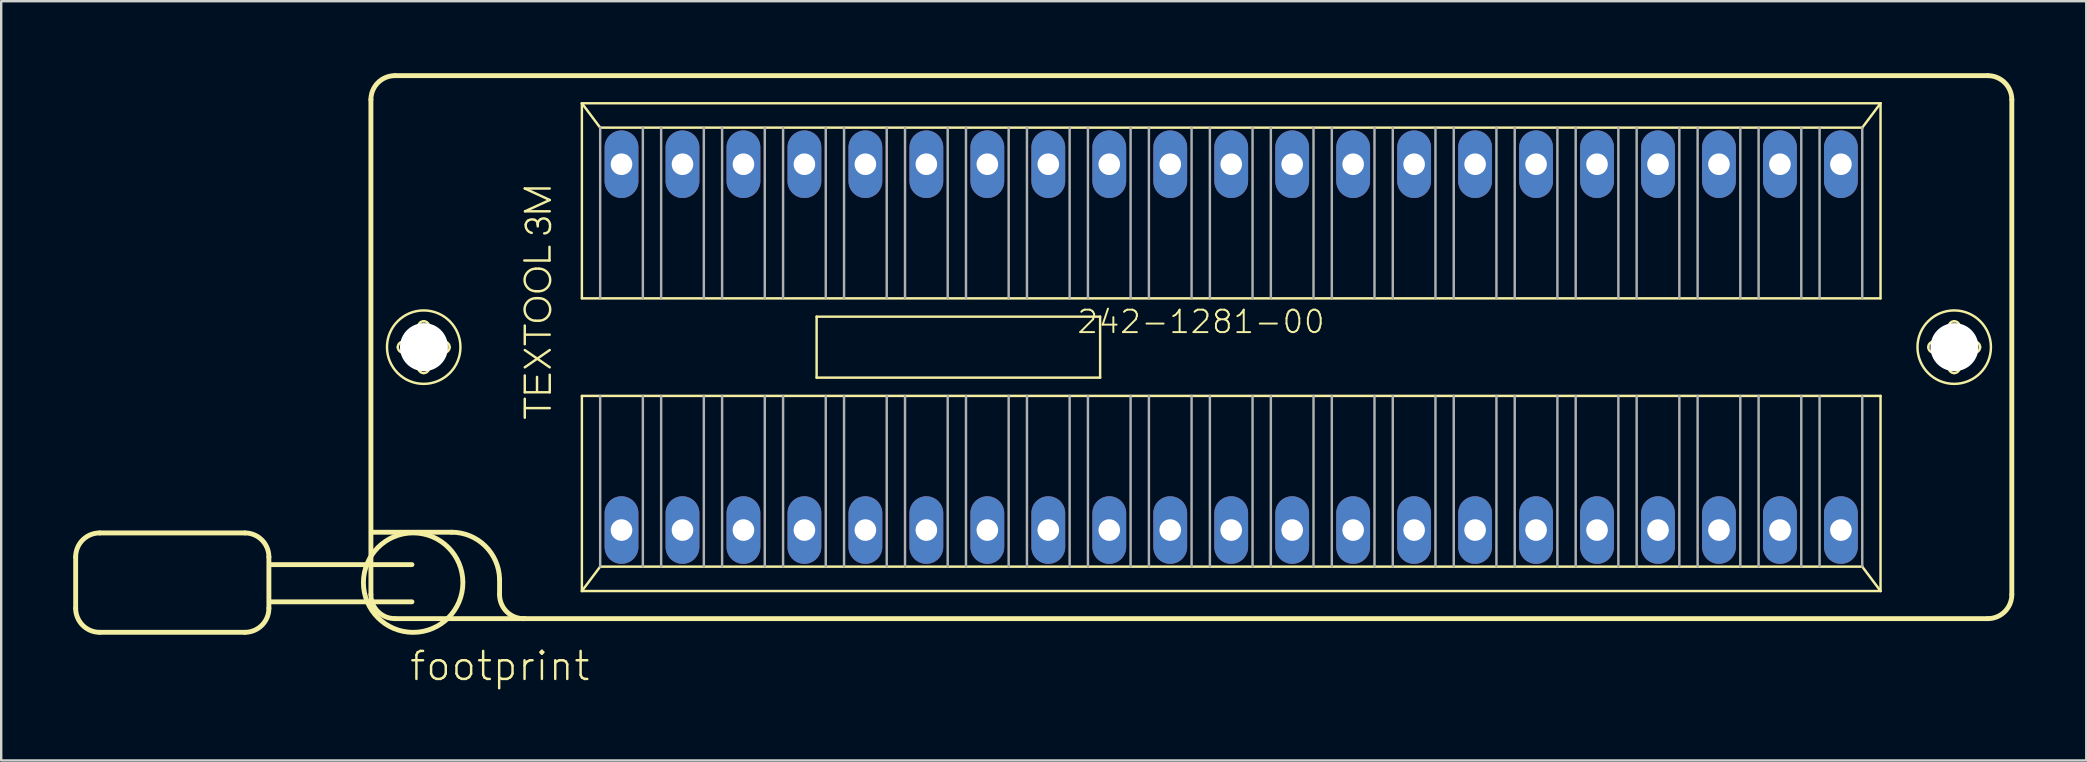
<source format=kicad_pcb>
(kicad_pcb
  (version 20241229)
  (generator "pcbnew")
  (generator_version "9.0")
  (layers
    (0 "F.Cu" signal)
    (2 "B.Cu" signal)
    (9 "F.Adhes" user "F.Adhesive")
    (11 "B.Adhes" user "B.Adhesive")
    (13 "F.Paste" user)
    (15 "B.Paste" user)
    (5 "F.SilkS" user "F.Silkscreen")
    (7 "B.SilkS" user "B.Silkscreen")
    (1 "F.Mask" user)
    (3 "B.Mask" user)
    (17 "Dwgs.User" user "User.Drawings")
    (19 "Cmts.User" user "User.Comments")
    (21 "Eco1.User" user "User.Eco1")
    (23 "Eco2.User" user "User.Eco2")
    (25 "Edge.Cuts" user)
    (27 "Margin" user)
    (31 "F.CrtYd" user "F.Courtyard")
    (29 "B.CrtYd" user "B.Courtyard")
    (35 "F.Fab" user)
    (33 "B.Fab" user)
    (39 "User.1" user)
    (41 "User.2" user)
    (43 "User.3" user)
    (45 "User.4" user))
  (footprint "footprint"
    (layer "F.Cu")
    (at 48.242 11.412)
    (property "Reference" "footprint" (at -34.29 13.97 0) (layer "F.SilkS") (effects (font (size 1.168 1.168) (thickness 0.102)) (justify left bottom)))
    (fp_line (start -48.14 8.74) (end -48.14 10.88) (stroke (width 0.203) (type solid)) (layer "F.SilkS"))
    (fp_line (start -47.14 7.74) (end -41.09 7.74) (stroke (width 0.203) (type solid)) (layer "F.SilkS"))
    (fp_line (start -41.09 11.88) (end -47.14 11.88) (stroke (width 0.203) (type solid)) (layer "F.SilkS"))
    (fp_line (start -40.09 8.74) (end -40.09 10.88) (stroke (width 0.203) (type solid)) (layer "F.SilkS"))
    (fp_line (start -35.84 10.31) (end -35.84 -10.31) (stroke (width 0.203) (type solid)) (layer "F.SilkS"))
    (fp_line (start -35.73 7.71) (end -32.48 7.71) (stroke (width 0.203) (type solid)) (layer "F.SilkS"))
    (fp_line (start -34.84 -11.31) (end 31.52 -11.31) (stroke (width 0.203) (type solid)) (layer "F.SilkS"))
    (fp_line (start -34.49 -0.23) (end -33.94 -0.23) (stroke (width 0.102) (type solid)) (layer "F.SilkS"))
    (fp_line (start -34.13 9.06) (end -40.04 9.06) (stroke (width 0.203) (type solid)) (layer "F.SilkS"))
    (fp_line (start -34.13 10.61) (end -40.04 10.61) (stroke (width 0.203) (type solid)) (layer "F.SilkS"))
    (fp_line (start -33.95 0.23) (end -34.49 0.23) (stroke (width 0.102) (type solid)) (layer "F.SilkS"))
    (fp_line (start -33.87 -0.31) (end -33.87 -0.85) (stroke (width 0.102) (type solid)) (layer "F.SilkS"))
    (fp_line (start -33.87 0.85) (end -33.87 0.3) (stroke (width 0.102) (type solid)) (layer "F.SilkS"))
    (fp_line (start -33.41 -0.85) (end -33.41 -0.3) (stroke (width 0.102) (type solid)) (layer "F.SilkS"))
    (fp_line (start -33.41 0.31) (end -33.41 0.85) (stroke (width 0.102) (type solid)) (layer "F.SilkS"))
    (fp_line (start -33.33 -0.23) (end -32.79 -0.23) (stroke (width 0.102) (type solid)) (layer "F.SilkS"))
    (fp_line (start -32.79 0.23) (end -33.34 0.23) (stroke (width 0.102) (type solid)) (layer "F.SilkS"))
    (fp_line (start -30.48 9.66) (end -30.48 10.31) (stroke (width 0.203) (type solid)) (layer "F.SilkS"))
    (fp_line (start -29.45 -3.61) (end -28.4 -3.61) (stroke (width 0.102) (type solid)) (layer "F.SilkS"))
    (fp_line (start -29.43 -6.61) (end -28.39 -6.61) (stroke (width 0.102) (type solid)) (layer "F.SilkS"))
    (fp_line (start -29.43 -0.12) (end -29.43 -0.9) (stroke (width 0.102) (type solid)) (layer "F.SilkS"))
    (fp_line (start -29.43 0.12) (end -28.39 0.84) (stroke (width 0.102) (type solid)) (layer "F.SilkS"))
    (fp_line (start -29.43 0.84) (end -28.39 0.12) (stroke (width 0.102) (type solid)) (layer "F.SilkS"))
    (fp_line (start -29.43 1.18) (end -29.43 1.88) (stroke (width 0.102) (type solid)) (layer "F.SilkS"))
    (fp_line (start -29.43 1.88) (end -28.39 1.88) (stroke (width 0.102) (type solid)) (layer "F.SilkS"))
    (fp_line (start -29.43 2.94) (end -29.43 2.15) (stroke (width 0.102) (type solid)) (layer "F.SilkS"))
    (fp_line (start -29.42 -5.66) (end -28.39 -6.13) (stroke (width 0.102) (type solid)) (layer "F.SilkS"))
    (fp_line (start -29.42 2.54) (end -28.39 2.54) (stroke (width 0.102) (type solid)) (layer "F.SilkS"))
    (fp_line (start -29.41 -0.52) (end -28.39 -0.52) (stroke (width 0.102) (type solid)) (layer "F.SilkS"))
    (fp_line (start -28.97 -3.27) (end -28.84 -3.27) (stroke (width 0.102) (type solid)) (layer "F.SilkS"))
    (fp_line (start -28.97 -2.33) (end -28.84 -2.33) (stroke (width 0.102) (type solid)) (layer "F.SilkS"))
    (fp_line (start -28.97 -2.04) (end -28.84 -2.04) (stroke (width 0.102) (type solid)) (layer "F.SilkS"))
    (fp_line (start -28.97 -1.1) (end -28.84 -1.1) (stroke (width 0.102) (type solid)) (layer "F.SilkS"))
    (fp_line (start -28.92 1.24) (end -28.92 1.84) (stroke (width 0.102) (type solid)) (layer "F.SilkS"))
    (fp_line (start -28.89 -5.03) (end -28.89 -5.12) (stroke (width 0.102) (type solid)) (layer "F.SilkS"))
    (fp_line (start -28.4 -3.61) (end -28.4 -4.18) (stroke (width 0.102) (type solid)) (layer "F.SilkS"))
    (fp_line (start -28.39 -6.13) (end -29.43 -6.61) (stroke (width 0.102) (type solid)) (layer "F.SilkS"))
    (fp_line (start -28.39 -5.66) (end -29.42 -5.66) (stroke (width 0.102) (type solid)) (layer "F.SilkS"))
    (fp_line (start -28.39 1.88) (end -28.39 1.15) (stroke (width 0.102) (type solid)) (layer "F.SilkS"))
    (fp_line (start -27.051 -10.16) (end 27.051 -10.16) (stroke (width 0.102) (type solid)) (layer "F.SilkS"))
    (fp_line (start -27.051 -2.032) (end -27.051 -10.16) (stroke (width 0.102) (type solid)) (layer "F.SilkS"))
    (fp_line (start -27.051 2.032) (end 27.051 2.032) (stroke (width 0.102) (type solid)) (layer "F.SilkS"))
    (fp_line (start -27.051 10.16) (end -27.051 2.032) (stroke (width 0.102) (type solid)) (layer "F.SilkS"))
    (fp_line (start -27.051 10.16) (end -26.289 9.144) (stroke (width 0.102) (type solid)) (layer "F.SilkS"))
    (fp_line (start -26.289 -9.144) (end -27.051 -10.16) (stroke (width 0.102) (type solid)) (layer "F.SilkS"))
    (fp_line (start -26.289 9.144) (end 26.289 9.144) (stroke (width 0.102) (type solid)) (layer "F.SilkS"))
    (fp_line (start -17.272 -1.27) (end -5.461 -1.27) (stroke (width 0.102) (type solid)) (layer "F.SilkS"))
    (fp_line (start -17.272 1.27) (end -17.272 -1.27) (stroke (width 0.102) (type solid)) (layer "F.SilkS"))
    (fp_line (start -5.461 -1.27) (end -5.461 1.27) (stroke (width 0.102) (type solid)) (layer "F.SilkS"))
    (fp_line (start -5.461 1.27) (end -17.272 1.27) (stroke (width 0.102) (type solid)) (layer "F.SilkS"))
    (fp_line (start 26.289 -9.144) (end -26.289 -9.144) (stroke (width 0.102) (type solid)) (layer "F.SilkS"))
    (fp_line (start 26.289 9.144) (end 27.051 10.16) (stroke (width 0.102) (type solid)) (layer "F.SilkS"))
    (fp_line (start 27.051 -10.16) (end 26.289 -9.144) (stroke (width 0.102) (type solid)) (layer "F.SilkS"))
    (fp_line (start 27.051 -10.16) (end 27.051 -2.032) (stroke (width 0.102) (type solid)) (layer "F.SilkS"))
    (fp_line (start 27.051 -2.032) (end -27.051 -2.032) (stroke (width 0.102) (type solid)) (layer "F.SilkS"))
    (fp_line (start 27.051 2.032) (end 27.051 10.16) (stroke (width 0.102) (type solid)) (layer "F.SilkS"))
    (fp_line (start 27.051 10.16) (end -27.051 10.16) (stroke (width 0.102) (type solid)) (layer "F.SilkS"))
    (fp_line (start 29.27 -0.23) (end 29.82 -0.23) (stroke (width 0.102) (type solid)) (layer "F.SilkS"))
    (fp_line (start 29.81 0.23) (end 29.27 0.23) (stroke (width 0.102) (type solid)) (layer "F.SilkS"))
    (fp_line (start 29.89 -0.31) (end 29.89 -0.85) (stroke (width 0.102) (type solid)) (layer "F.SilkS"))
    (fp_line (start 29.89 0.85) (end 29.89 0.3) (stroke (width 0.102) (type solid)) (layer "F.SilkS"))
    (fp_line (start 30.35 -0.85) (end 30.35 -0.3) (stroke (width 0.102) (type solid)) (layer "F.SilkS"))
    (fp_line (start 30.35 0.31) (end 30.35 0.85) (stroke (width 0.102) (type solid)) (layer "F.SilkS"))
    (fp_line (start 30.43 -0.23) (end 30.97 -0.23) (stroke (width 0.102) (type solid)) (layer "F.SilkS"))
    (fp_line (start 30.97 0.23) (end 30.42 0.23) (stroke (width 0.102) (type solid)) (layer "F.SilkS"))
    (fp_line (start 31.52 11.31) (end -34.84 11.31) (stroke (width 0.203) (type solid)) (layer "F.SilkS"))
    (fp_line (start 32.52 -10.31) (end 32.52 10.31) (stroke (width 0.203) (type solid)) (layer "F.SilkS"))
    (fp_arc (start -48.14 8.74) (mid -47.847107 8.032893) (end -47.14 7.74) (stroke (width 0.2032) (type solid)) (layer "F.SilkS"))
    (fp_arc (start -47.14 11.88) (mid -47.847107 11.587107) (end -48.14 10.88) (stroke (width 0.2032) (type solid)) (layer "F.SilkS"))
    (fp_arc (start -41.09 7.74) (mid -40.382893 8.032893) (end -40.09 8.74) (stroke (width 0.2032) (type solid)) (layer "F.SilkS"))
    (fp_arc (start -40.09 10.88) (mid -40.382893 11.587107) (end -41.09 11.88) (stroke (width 0.2032) (type solid)) (layer "F.SilkS"))
    (fp_arc (start -35.84 -10.31) (mid -35.547107 -11.017107) (end -34.84 -11.31) (stroke (width 0.2032) (type solid)) (layer "F.SilkS"))
    (fp_arc (start -34.84 11.31) (mid -35.547107 11.017107) (end -35.84 10.31) (stroke (width 0.2032) (type solid)) (layer "F.SilkS"))
    (fp_arc (start -34.72 0) (mid -34.652635 -0.162635) (end -34.49 -0.23) (stroke (width 0.1016) (type solid)) (layer "F.SilkS"))
    (fp_arc (start -34.49 0.23) (mid -34.652635 0.162635) (end -34.72 0) (stroke (width 0.1016) (type solid)) (layer "F.SilkS"))
    (fp_arc (start -33.95 0.23) (mid -33.900503 0.250503) (end -33.88 0.3) (stroke (width 0.1016) (type solid)) (layer "F.SilkS"))
    (fp_arc (start -33.87 -0.85) (mid -33.802635 -1.012635) (end -33.64 -1.08) (stroke (width 0.1016) (type solid)) (layer "F.SilkS"))
    (fp_arc (start -33.87 -0.3) (mid -33.890503 -0.250503) (end -33.94 -0.23) (stroke (width 0.1016) (type solid)) (layer "F.SilkS"))
    (fp_arc (start -33.64 -1.08) (mid -33.477365 -1.012635) (end -33.41 -0.85) (stroke (width 0.1016) (type solid)) (layer "F.SilkS"))
    (fp_arc (start -33.64 1.08) (mid -33.802635 1.012635) (end -33.87 0.85) (stroke (width 0.1016) (type solid)) (layer "F.SilkS"))
    (fp_arc (start -33.41 0.3) (mid -33.389497 0.250503) (end -33.34 0.23) (stroke (width 0.1016) (type solid)) (layer "F.SilkS"))
    (fp_arc (start -33.41 0.85) (mid -33.477365 1.012635) (end -33.64 1.08) (stroke (width 0.1016) (type solid)) (layer "F.SilkS"))
    (fp_arc (start -33.34 -0.23) (mid -33.389497 -0.250503) (end -33.41 -0.3) (stroke (width 0.1016) (type solid)) (layer "F.SilkS"))
    (fp_arc (start -32.79 -0.23) (mid -32.627365 -0.162635) (end -32.56 0) (stroke (width 0.1016) (type solid)) (layer "F.SilkS"))
    (fp_arc (start -32.56 0) (mid -32.627365 0.162635) (end -32.79 0.23) (stroke (width 0.1016) (type solid)) (layer "F.SilkS"))
    (fp_arc (start -32.48 7.71) (mid -31.083341 8.278169) (end -30.48 9.659998) (stroke (width 0.2032) (type solid)) (layer "F.SilkS"))
    (fp_arc (start -29.429998 11.309999) (mid -30.169284 11.035) (end -30.48 10.31) (stroke (width 0.2032) (type solid)) (layer "F.SilkS"))
    (fp_arc (start -29.39 -5.109999) (mid -29.354621 -5.207696) (end -29.28 -5.28) (stroke (width 0.1016) (type solid)) (layer "F.SilkS"))
    (fp_arc (start -29.28 -5.28) (mid -29.147382 -5.322157) (end -29.01 -5.3) (stroke (width 0.1016) (type solid)) (layer "F.SilkS"))
    (fp_arc (start -29.140001 -4.759999) (mid -29.33297 -4.88645) (end -29.39 -5.11) (stroke (width 0.1016) (type solid)) (layer "F.SilkS"))
    (fp_arc (start -29.010001 -5.299999) (mid -28.922751 -5.228166) (end -28.89 -5.12) (stroke (width 0.1016) (type solid)) (layer "F.SilkS"))
    (fp_arc (start -28.97 -2.33) (mid -29.44 -2.8) (end -28.97 -3.27) (stroke (width 0.1016) (type solid)) (layer "F.SilkS"))
    (fp_arc (start -28.97 -1.1) (mid -29.44 -1.57) (end -28.97 -2.04) (stroke (width 0.1016) (type solid)) (layer "F.SilkS"))
    (fp_arc (start -28.89 -5.12) (mid -28.85789 -5.240938) (end -28.769999 -5.330001) (stroke (width 0.1016) (type solid)) (layer "F.SilkS"))
    (fp_arc (start -28.84 -3.27) (mid -28.37 -2.8) (end -28.84 -2.33) (stroke (width 0.1016) (type solid)) (layer "F.SilkS"))
    (fp_arc (start -28.84 -2.04) (mid -28.37 -1.57) (end -28.84 -1.1) (stroke (width 0.1016) (type solid)) (layer "F.SilkS"))
    (fp_arc (start -28.77 -5.33) (mid -28.626885 -5.363595) (end -28.489999 -5.309999) (stroke (width 0.1016) (type solid)) (layer "F.SilkS"))
    (fp_arc (start -28.49 -5.31) (mid -28.415084 -5.220954) (end -28.38 -5.110001) (stroke (width 0.1016) (type solid)) (layer "F.SilkS"))
    (fp_arc (start -28.39 -4.92) (mid -28.472524 -4.788503) (end -28.62 -4.740001) (stroke (width 0.1016) (type solid)) (layer "F.SilkS"))
    (fp_arc (start -28.38 -5.11) (mid -28.377277 -5.014593) (end -28.39 -4.92) (stroke (width 0.1016) (type solid)) (layer "F.SilkS"))
    (fp_arc (start 29.04 0) (mid 29.107365 -0.162635) (end 29.27 -0.23) (stroke (width 0.1016) (type solid)) (layer "F.SilkS"))
    (fp_arc (start 29.27 0.23) (mid 29.107365 0.162635) (end 29.04 0) (stroke (width 0.1016) (type solid)) (layer "F.SilkS"))
    (fp_arc (start 29.81 0.23) (mid 29.859497 0.250503) (end 29.88 0.3) (stroke (width 0.1016) (type solid)) (layer "F.SilkS"))
    (fp_arc (start 29.89 -0.85) (mid 29.957365 -1.012635) (end 30.12 -1.08) (stroke (width 0.1016) (type solid)) (layer "F.SilkS"))
    (fp_arc (start 29.89 -0.3) (mid 29.869497 -0.250503) (end 29.82 -0.23) (stroke (width 0.1016) (type solid)) (layer "F.SilkS"))
    (fp_arc (start 30.12 -1.08) (mid 30.282635 -1.012635) (end 30.35 -0.85) (stroke (width 0.1016) (type solid)) (layer "F.SilkS"))
    (fp_arc (start 30.12 1.08) (mid 29.957365 1.012635) (end 29.89 0.85) (stroke (width 0.1016) (type solid)) (layer "F.SilkS"))
    (fp_arc (start 30.35 0.3) (mid 30.370503 0.250503) (end 30.42 0.23) (stroke (width 0.1016) (type solid)) (layer "F.SilkS"))
    (fp_arc (start 30.35 0.85) (mid 30.282635 1.012635) (end 30.12 1.08) (stroke (width 0.1016) (type solid)) (layer "F.SilkS"))
    (fp_arc (start 30.42 -0.23) (mid 30.370503 -0.250503) (end 30.35 -0.3) (stroke (width 0.1016) (type solid)) (layer "F.SilkS"))
    (fp_arc (start 30.97 -0.23) (mid 31.132635 -0.162635) (end 31.2 0) (stroke (width 0.1016) (type solid)) (layer "F.SilkS"))
    (fp_arc (start 31.2 0) (mid 31.132635 0.162635) (end 30.97 0.23) (stroke (width 0.1016) (type solid)) (layer "F.SilkS"))
    (fp_arc (start 31.52 -11.31) (mid 32.227107 -11.017107) (end 32.52 -10.31) (stroke (width 0.2032) (type solid)) (layer "F.SilkS"))
    (fp_arc (start 32.52 10.31) (mid 32.227107 11.017107) (end 31.52 11.31) (stroke (width 0.2032) (type solid)) (layer "F.SilkS"))
    (fp_circle (center -34.08 9.81) (end -32.008 9.81) (stroke (width 0.203) (type solid)) (fill no) (layer "F.SilkS"))
    (fp_circle (center -33.64 0) (end -32.11 0) (stroke (width 0.102) (type solid)) (fill no) (layer "F.SilkS"))
    (fp_circle (center 30.12 0) (end 31.65 0) (stroke (width 0.102) (type solid)) (fill no) (layer "F.SilkS"))
    (fp_line (start -26.289 -9.144) (end -26.289 -2.032) (stroke (width 0.102) (type solid)) (layer "F.Fab"))
    (fp_line (start -26.289 2.032) (end -26.289 9.144) (stroke (width 0.102) (type solid)) (layer "F.Fab"))
    (fp_line (start -24.511 -2.032) (end -24.511 -9.144) (stroke (width 0.102) (type solid)) (layer "F.Fab"))
    (fp_line (start -24.511 2.032) (end -24.511 9.144) (stroke (width 0.102) (type solid)) (layer "F.Fab"))
    (fp_line (start -23.749 -2.032) (end -23.749 -9.144) (stroke (width 0.102) (type solid)) (layer "F.Fab"))
    (fp_line (start -23.749 2.032) (end -23.749 9.144) (stroke (width 0.102) (type solid)) (layer "F.Fab"))
    (fp_line (start -21.971 -2.032) (end -21.971 -9.144) (stroke (width 0.102) (type solid)) (layer "F.Fab"))
    (fp_line (start -21.971 2.032) (end -21.971 9.144) (stroke (width 0.102) (type solid)) (layer "F.Fab"))
    (fp_line (start -21.209 -2.032) (end -21.209 -9.144) (stroke (width 0.102) (type solid)) (layer "F.Fab"))
    (fp_line (start -21.209 2.032) (end -21.209 9.144) (stroke (width 0.102) (type solid)) (layer "F.Fab"))
    (fp_line (start -19.431 -2.032) (end -19.431 -9.144) (stroke (width 0.102) (type solid)) (layer "F.Fab"))
    (fp_line (start -19.431 2.032) (end -19.431 9.144) (stroke (width 0.102) (type solid)) (layer "F.Fab"))
    (fp_line (start -18.669 -2.032) (end -18.669 -9.144) (stroke (width 0.102) (type solid)) (layer "F.Fab"))
    (fp_line (start -18.669 2.032) (end -18.669 9.144) (stroke (width 0.102) (type solid)) (layer "F.Fab"))
    (fp_line (start -16.891 -2.032) (end -16.891 -9.144) (stroke (width 0.102) (type solid)) (layer "F.Fab"))
    (fp_line (start -16.891 2.032) (end -16.891 9.144) (stroke (width 0.102) (type solid)) (layer "F.Fab"))
    (fp_line (start -16.129 -2.032) (end -16.129 -9.144) (stroke (width 0.102) (type solid)) (layer "F.Fab"))
    (fp_line (start -16.129 2.032) (end -16.129 9.144) (stroke (width 0.102) (type solid)) (layer "F.Fab"))
    (fp_line (start -14.351 -2.032) (end -14.351 -9.144) (stroke (width 0.102) (type solid)) (layer "F.Fab"))
    (fp_line (start -14.351 2.032) (end -14.351 9.144) (stroke (width 0.102) (type solid)) (layer "F.Fab"))
    (fp_line (start -13.589 -2.032) (end -13.589 -9.144) (stroke (width 0.102) (type solid)) (layer "F.Fab"))
    (fp_line (start -13.589 2.032) (end -13.589 9.144) (stroke (width 0.102) (type solid)) (layer "F.Fab"))
    (fp_line (start -11.811 -2.032) (end -11.811 -9.144) (stroke (width 0.102) (type solid)) (layer "F.Fab"))
    (fp_line (start -11.811 2.032) (end -11.811 9.144) (stroke (width 0.102) (type solid)) (layer "F.Fab"))
    (fp_line (start -11.049 -2.032) (end -11.049 -9.144) (stroke (width 0.102) (type solid)) (layer "F.Fab"))
    (fp_line (start -11.049 2.032) (end -11.049 9.144) (stroke (width 0.102) (type solid)) (layer "F.Fab"))
    (fp_line (start -9.271 -2.032) (end -9.271 -9.144) (stroke (width 0.102) (type solid)) (layer "F.Fab"))
    (fp_line (start -9.271 2.032) (end -9.271 9.144) (stroke (width 0.102) (type solid)) (layer "F.Fab"))
    (fp_line (start -8.509 -2.032) (end -8.509 -9.144) (stroke (width 0.102) (type solid)) (layer "F.Fab"))
    (fp_line (start -8.509 2.032) (end -8.509 9.144) (stroke (width 0.102) (type solid)) (layer "F.Fab"))
    (fp_line (start -6.731 -2.032) (end -6.731 -9.144) (stroke (width 0.102) (type solid)) (layer "F.Fab"))
    (fp_line (start -6.731 2.032) (end -6.731 9.144) (stroke (width 0.102) (type solid)) (layer "F.Fab"))
    (fp_line (start -5.969 -2.032) (end -5.969 -9.144) (stroke (width 0.102) (type solid)) (layer "F.Fab"))
    (fp_line (start -5.969 2.032) (end -5.969 9.144) (stroke (width 0.102) (type solid)) (layer "F.Fab"))
    (fp_line (start -4.191 -2.032) (end -4.191 -9.144) (stroke (width 0.102) (type solid)) (layer "F.Fab"))
    (fp_line (start -4.191 2.032) (end -4.191 9.144) (stroke (width 0.102) (type solid)) (layer "F.Fab"))
    (fp_line (start -3.429 -2.032) (end -3.429 -9.144) (stroke (width 0.102) (type solid)) (layer "F.Fab"))
    (fp_line (start -3.429 2.032) (end -3.429 9.144) (stroke (width 0.102) (type solid)) (layer "F.Fab"))
    (fp_line (start -1.651 -2.032) (end -1.651 -9.144) (stroke (width 0.102) (type solid)) (layer "F.Fab"))
    (fp_line (start -1.651 2.032) (end -1.651 9.144) (stroke (width 0.102) (type solid)) (layer "F.Fab"))
    (fp_line (start -0.889 -2.032) (end -0.889 -9.144) (stroke (width 0.102) (type solid)) (layer "F.Fab"))
    (fp_line (start -0.889 2.032) (end -0.889 9.144) (stroke (width 0.102) (type solid)) (layer "F.Fab"))
    (fp_line (start 0.889 -2.032) (end 0.889 -9.144) (stroke (width 0.102) (type solid)) (layer "F.Fab"))
    (fp_line (start 0.889 2.032) (end 0.889 9.144) (stroke (width 0.102) (type solid)) (layer "F.Fab"))
    (fp_line (start 1.651 -2.032) (end 1.651 -9.144) (stroke (width 0.102) (type solid)) (layer "F.Fab"))
    (fp_line (start 1.651 2.032) (end 1.651 9.144) (stroke (width 0.102) (type solid)) (layer "F.Fab"))
    (fp_line (start 3.429 -2.032) (end 3.429 -9.144) (stroke (width 0.102) (type solid)) (layer "F.Fab"))
    (fp_line (start 3.429 2.032) (end 3.429 9.144) (stroke (width 0.102) (type solid)) (layer "F.Fab"))
    (fp_line (start 4.191 -2.032) (end 4.191 -9.144) (stroke (width 0.102) (type solid)) (layer "F.Fab"))
    (fp_line (start 4.191 2.032) (end 4.191 9.144) (stroke (width 0.102) (type solid)) (layer "F.Fab"))
    (fp_line (start 5.969 -2.032) (end 5.969 -9.144) (stroke (width 0.102) (type solid)) (layer "F.Fab"))
    (fp_line (start 5.969 2.032) (end 5.969 9.144) (stroke (width 0.102) (type solid)) (layer "F.Fab"))
    (fp_line (start 6.731 -2.032) (end 6.731 -9.144) (stroke (width 0.102) (type solid)) (layer "F.Fab"))
    (fp_line (start 6.731 2.032) (end 6.731 9.144) (stroke (width 0.102) (type solid)) (layer "F.Fab"))
    (fp_line (start 8.509 -2.032) (end 8.509 -9.144) (stroke (width 0.102) (type solid)) (layer "F.Fab"))
    (fp_line (start 8.509 2.032) (end 8.509 9.144) (stroke (width 0.102) (type solid)) (layer "F.Fab"))
    (fp_line (start 9.271 -2.032) (end 9.271 -9.144) (stroke (width 0.102) (type solid)) (layer "F.Fab"))
    (fp_line (start 9.271 2.032) (end 9.271 9.144) (stroke (width 0.102) (type solid)) (layer "F.Fab"))
    (fp_line (start 11.049 -2.032) (end 11.049 -9.144) (stroke (width 0.102) (type solid)) (layer "F.Fab"))
    (fp_line (start 11.049 2.032) (end 11.049 9.144) (stroke (width 0.102) (type solid)) (layer "F.Fab"))
    (fp_line (start 11.811 -2.032) (end 11.811 -9.144) (stroke (width 0.102) (type solid)) (layer "F.Fab"))
    (fp_line (start 11.811 2.032) (end 11.811 9.144) (stroke (width 0.102) (type solid)) (layer "F.Fab"))
    (fp_line (start 13.589 -2.032) (end 13.589 -9.144) (stroke (width 0.102) (type solid)) (layer "F.Fab"))
    (fp_line (start 13.589 2.032) (end 13.589 9.144) (stroke (width 0.102) (type solid)) (layer "F.Fab"))
    (fp_line (start 14.351 -2.032) (end 14.351 -9.144) (stroke (width 0.102) (type solid)) (layer "F.Fab"))
    (fp_line (start 14.351 2.032) (end 14.351 9.144) (stroke (width 0.102) (type solid)) (layer "F.Fab"))
    (fp_line (start 16.129 -2.032) (end 16.129 -9.144) (stroke (width 0.102) (type solid)) (layer "F.Fab"))
    (fp_line (start 16.129 2.032) (end 16.129 9.144) (stroke (width 0.102) (type solid)) (layer "F.Fab"))
    (fp_line (start 16.891 -2.032) (end 16.891 -9.144) (stroke (width 0.102) (type solid)) (layer "F.Fab"))
    (fp_line (start 16.891 2.032) (end 16.891 9.144) (stroke (width 0.102) (type solid)) (layer "F.Fab"))
    (fp_line (start 18.669 -2.032) (end 18.669 -9.144) (stroke (width 0.102) (type solid)) (layer "F.Fab"))
    (fp_line (start 18.669 2.032) (end 18.669 9.144) (stroke (width 0.102) (type solid)) (layer "F.Fab"))
    (fp_line (start 19.431 -2.032) (end 19.431 -9.144) (stroke (width 0.102) (type solid)) (layer "F.Fab"))
    (fp_line (start 19.431 2.032) (end 19.431 9.144) (stroke (width 0.102) (type solid)) (layer "F.Fab"))
    (fp_line (start 21.209 -2.032) (end 21.209 -9.144) (stroke (width 0.102) (type solid)) (layer "F.Fab"))
    (fp_line (start 21.209 2.032) (end 21.209 9.144) (stroke (width 0.102) (type solid)) (layer "F.Fab"))
    (fp_line (start 21.971 -2.032) (end 21.971 -9.144) (stroke (width 0.102) (type solid)) (layer "F.Fab"))
    (fp_line (start 21.971 2.032) (end 21.971 9.144) (stroke (width 0.102) (type solid)) (layer "F.Fab"))
    (fp_line (start 23.749 -2.032) (end 23.749 -9.144) (stroke (width 0.102) (type solid)) (layer "F.Fab"))
    (fp_line (start 23.749 2.032) (end 23.749 9.144) (stroke (width 0.102) (type solid)) (layer "F.Fab"))
    (fp_line (start 24.511 -2.032) (end 24.511 -9.144) (stroke (width 0.102) (type solid)) (layer "F.Fab"))
    (fp_line (start 24.511 2.032) (end 24.511 9.144) (stroke (width 0.102) (type solid)) (layer "F.Fab"))
    (fp_line (start 26.289 -2.032) (end 26.289 -9.144) (stroke (width 0.102) (type solid)) (layer "F.Fab"))
    (fp_line (start 26.289 9.144) (end 26.289 2.032) (stroke (width 0.102) (type solid)) (layer "F.Fab"))
    (fp_text user "242-1281-00" (at -6.477 -0.508 180) (layer "F.SilkS") (effects (font (size 0.935 0.935) (thickness 0.081)) (justify left bottom)))
    (pad "" np_thru_hole circle (at -33.63 0) (size 2 2) (drill 2) (layers "*.Cu" "*.Mask"))
    (pad "" np_thru_hole circle (at 30.13 0) (size 2 2) (drill 2) (layers "*.Cu" "*.Mask"))
    (pad "1" thru_hole oval (at -25.4 7.62 90) (size 2.816 1.408) (drill 0.9) (layers "*.Cu" "*.Mask"))
    (pad "2" thru_hole oval (at -22.86 7.62 90) (size 2.816 1.408) (drill 0.9) (layers "*.Cu" "*.Mask"))
    (pad "3" thru_hole oval (at -20.32 7.62 90) (size 2.816 1.408) (drill 0.9) (layers "*.Cu" "*.Mask"))
    (pad "4" thru_hole oval (at -17.78 7.62 90) (size 2.816 1.408) (drill 0.9) (layers "*.Cu" "*.Mask"))
    (pad "5" thru_hole oval (at -15.24 7.62 90) (size 2.816 1.408) (drill 0.9) (layers "*.Cu" "*.Mask"))
    (pad "6" thru_hole oval (at -12.7 7.62 90) (size 2.816 1.408) (drill 0.9) (layers "*.Cu" "*.Mask"))
    (pad "7" thru_hole oval (at -10.16 7.62 90) (size 2.816 1.408) (drill 0.9) (layers "*.Cu" "*.Mask"))
    (pad "8" thru_hole oval (at -7.62 7.62 90) (size 2.816 1.408) (drill 0.9) (layers "*.Cu" "*.Mask"))
    (pad "9" thru_hole oval (at -5.08 7.62 90) (size 2.816 1.408) (drill 0.9) (layers "*.Cu" "*.Mask"))
    (pad "10" thru_hole oval (at -2.54 7.62 90) (size 2.816 1.408) (drill 0.9) (layers "*.Cu" "*.Mask"))
    (pad "11" thru_hole oval (at 0 7.62 90) (size 2.816 1.408) (drill 0.9) (layers "*.Cu" "*.Mask"))
    (pad "12" thru_hole oval (at 2.54 7.62 90) (size 2.816 1.408) (drill 0.9) (layers "*.Cu" "*.Mask"))
    (pad "13" thru_hole oval (at 5.08 7.62 90) (size 2.816 1.408) (drill 0.9) (layers "*.Cu" "*.Mask"))
    (pad "14" thru_hole oval (at 7.62 7.62 90) (size 2.816 1.408) (drill 0.9) (layers "*.Cu" "*.Mask"))
    (pad "15" thru_hole oval (at 10.16 7.62 90) (size 2.816 1.408) (drill 0.9) (layers "*.Cu" "*.Mask"))
    (pad "16" thru_hole oval (at 12.7 7.62 90) (size 2.816 1.408) (drill 0.9) (layers "*.Cu" "*.Mask"))
    (pad "17" thru_hole oval (at 15.24 7.62 90) (size 2.816 1.408) (drill 0.9) (layers "*.Cu" "*.Mask"))
    (pad "18" thru_hole oval (at 17.78 7.62 90) (size 2.816 1.408) (drill 0.9) (layers "*.Cu" "*.Mask"))
    (pad "19" thru_hole oval (at 20.32 7.62 90) (size 2.816 1.408) (drill 0.9) (layers "*.Cu" "*.Mask"))
    (pad "20" thru_hole oval (at 22.86 7.62 90) (size 2.816 1.408) (drill 0.9) (layers "*.Cu" "*.Mask"))
    (pad "21" thru_hole oval (at 25.4 7.62 90) (size 2.816 1.408) (drill 0.9) (layers "*.Cu" "*.Mask"))
    (pad "22" thru_hole oval (at 25.4 -7.62 90) (size 2.816 1.408) (drill 0.9) (layers "*.Cu" "*.Mask"))
    (pad "23" thru_hole oval (at 22.86 -7.62 90) (size 2.816 1.408) (drill 0.9) (layers "*.Cu" "*.Mask"))
    (pad "24" thru_hole oval (at 20.32 -7.62 90) (size 2.816 1.408) (drill 0.9) (layers "*.Cu" "*.Mask"))
    (pad "25" thru_hole oval (at 17.78 -7.62 90) (size 2.816 1.408) (drill 0.9) (layers "*.Cu" "*.Mask"))
    (pad "26" thru_hole oval (at 15.24 -7.62 90) (size 2.816 1.408) (drill 0.9) (layers "*.Cu" "*.Mask"))
    (pad "27" thru_hole oval (at 12.7 -7.62 90) (size 2.816 1.408) (drill 0.9) (layers "*.Cu" "*.Mask"))
    (pad "28" thru_hole oval (at 10.16 -7.62 90) (size 2.816 1.408) (drill 0.9) (layers "*.Cu" "*.Mask"))
    (pad "29" thru_hole oval (at 7.62 -7.62 90) (size 2.816 1.408) (drill 0.9) (layers "*.Cu" "*.Mask"))
    (pad "30" thru_hole oval (at 5.08 -7.62 90) (size 2.816 1.408) (drill 0.9) (layers "*.Cu" "*.Mask"))
    (pad "31" thru_hole oval (at 2.54 -7.62 90) (size 2.816 1.408) (drill 0.9) (layers "*.Cu" "*.Mask"))
    (pad "32" thru_hole oval (at 0 -7.62 90) (size 2.816 1.408) (drill 0.9) (layers "*.Cu" "*.Mask"))
    (pad "33" thru_hole oval (at -2.54 -7.62 90) (size 2.816 1.408) (drill 0.9) (layers "*.Cu" "*.Mask"))
    (pad "34" thru_hole oval (at -5.08 -7.62 90) (size 2.816 1.408) (drill 0.9) (layers "*.Cu" "*.Mask"))
    (pad "35" thru_hole oval (at -7.62 -7.62 90) (size 2.816 1.408) (drill 0.9) (layers "*.Cu" "*.Mask"))
    (pad "36" thru_hole oval (at -10.16 -7.62 90) (size 2.816 1.408) (drill 0.9) (layers "*.Cu" "*.Mask"))
    (pad "37" thru_hole oval (at -12.7 -7.62 90) (size 2.816 1.408) (drill 0.9) (layers "*.Cu" "*.Mask"))
    (pad "38" thru_hole oval (at -15.24 -7.62 90) (size 2.816 1.408) (drill 0.9) (layers "*.Cu" "*.Mask"))
    (pad "39" thru_hole oval (at -17.78 -7.62 90) (size 2.816 1.408) (drill 0.9) (layers "*.Cu" "*.Mask"))
    (pad "40" thru_hole oval (at -20.32 -7.62 90) (size 2.816 1.408) (drill 0.9) (layers "*.Cu" "*.Mask"))
    (pad "41" thru_hole oval (at -22.86 -7.62 90) (size 2.816 1.408) (drill 0.9) (layers "*.Cu" "*.Mask"))
    (pad "42" thru_hole oval (at -25.4 -7.62 90) (size 2.816 1.408) (drill 0.9) (layers "*.Cu" "*.Mask")))
  (gr_rect
    (start -3 -3)
    (end 83.863 28.632)
    (stroke (width 0.1) (type default))
    (fill no)
    (layer "Edge.Cuts")))
</source>
